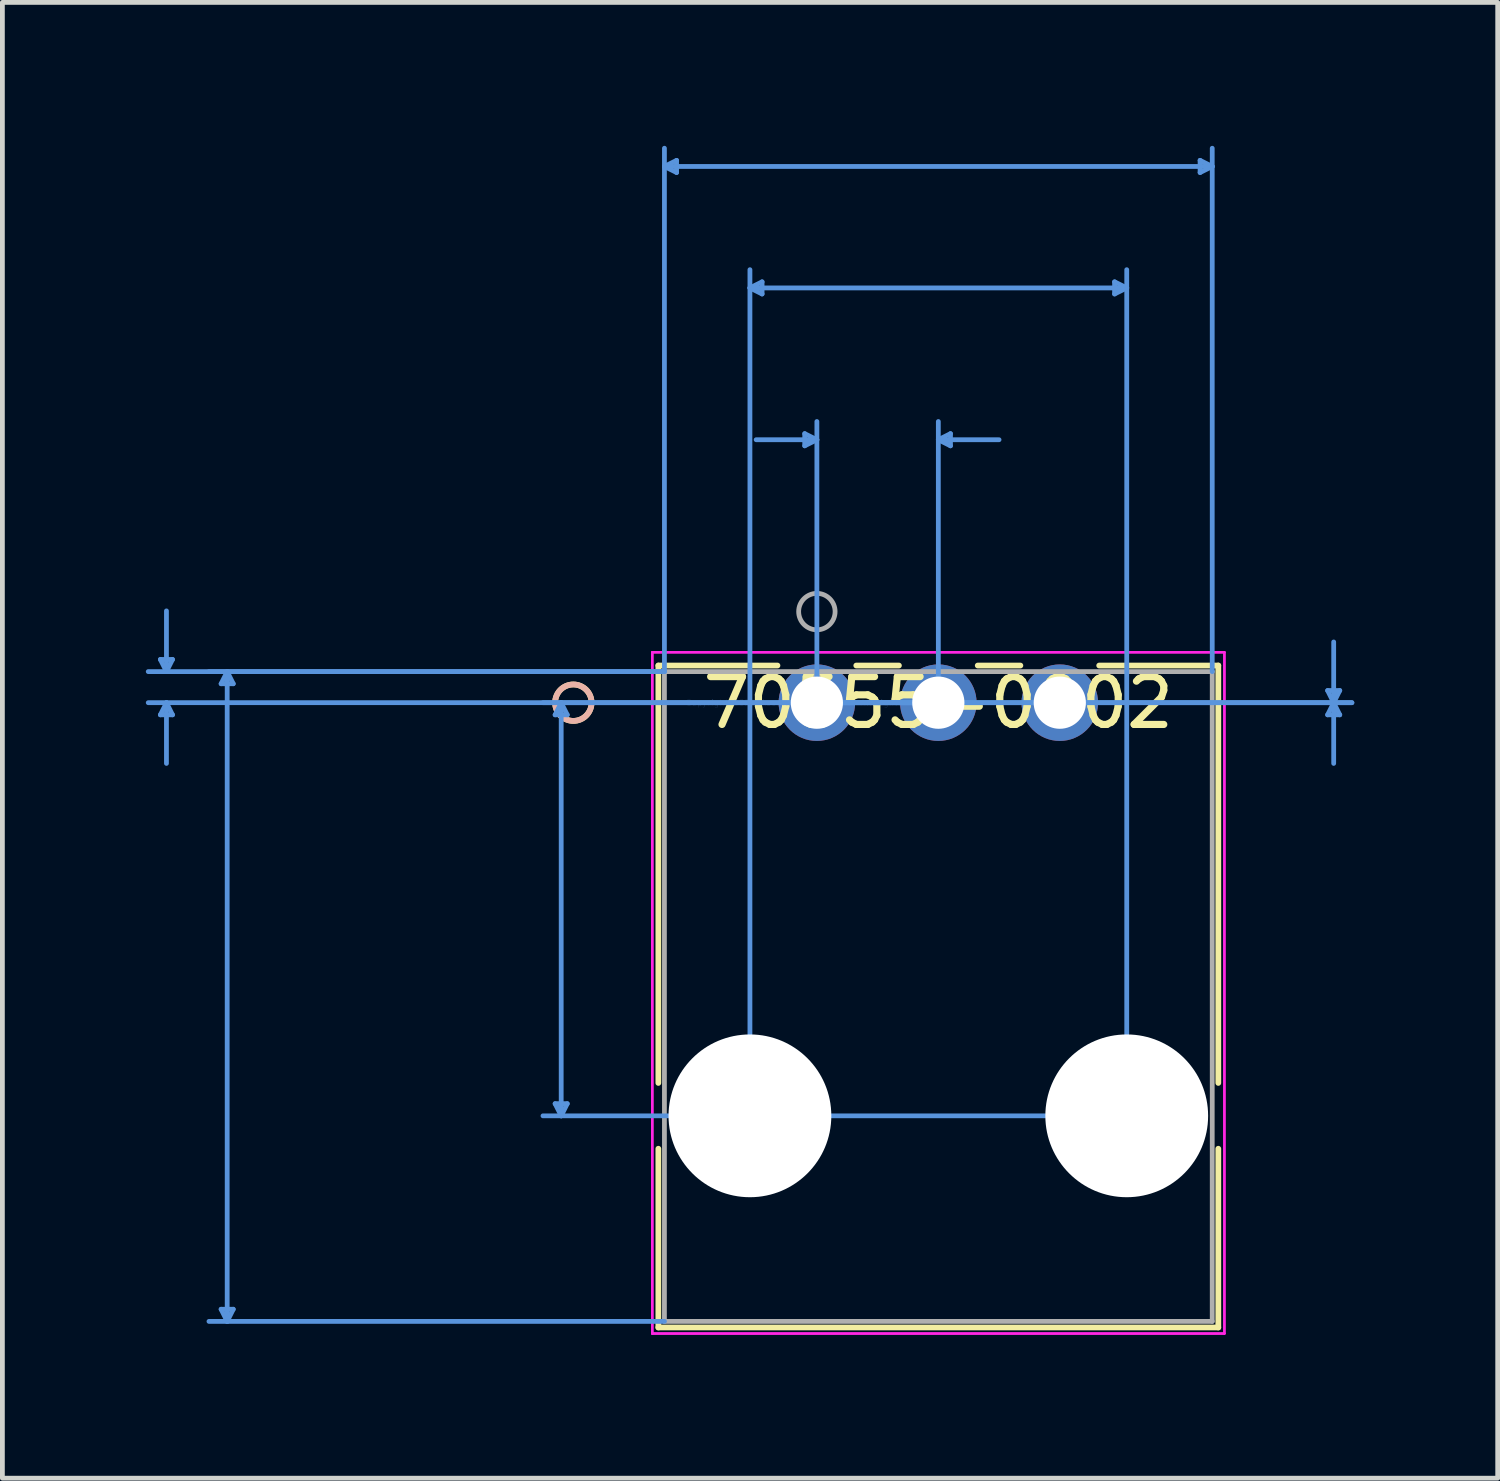
<source format=kicad_pcb>
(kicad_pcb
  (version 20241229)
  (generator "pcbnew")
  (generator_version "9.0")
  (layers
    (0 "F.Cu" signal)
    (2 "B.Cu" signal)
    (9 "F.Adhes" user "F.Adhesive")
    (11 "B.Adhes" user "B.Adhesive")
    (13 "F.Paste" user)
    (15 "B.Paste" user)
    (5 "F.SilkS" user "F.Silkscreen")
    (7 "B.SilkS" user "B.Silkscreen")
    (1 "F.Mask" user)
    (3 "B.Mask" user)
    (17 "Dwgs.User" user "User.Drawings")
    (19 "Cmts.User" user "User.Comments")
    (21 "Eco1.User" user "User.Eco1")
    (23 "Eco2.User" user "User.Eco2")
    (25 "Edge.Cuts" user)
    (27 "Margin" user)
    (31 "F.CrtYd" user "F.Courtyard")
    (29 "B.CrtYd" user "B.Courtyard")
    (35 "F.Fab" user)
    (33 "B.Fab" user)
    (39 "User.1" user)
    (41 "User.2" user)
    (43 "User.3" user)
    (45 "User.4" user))
  (footprint "70555-0002"
    (layer "F.Cu")
    (at 14.033 11.645)
    (property "Reference" "70555-0002" (at 2.54 0 0) (layer "F.SilkS") (effects (font (size 1 1) (thickness 0.15))))
    (attr through_hole)
    (fp_line (start -3.315 -0.777) (end -3.315 7.952) (stroke (width 0.12) (type solid)) (layer "F.SilkS"))
    (fp_line (start -3.315 9.328) (end -3.315 13.066) (stroke (width 0.12) (type solid)) (layer "F.SilkS"))
    (fp_line (start -3.315 13.066) (end 8.395 13.066) (stroke (width 0.12) (type solid)) (layer "F.SilkS"))
    (fp_line (start -0.824 -0.777) (end -3.315 -0.777) (stroke (width 0.12) (type solid)) (layer "F.SilkS"))
    (fp_line (start 1.716 -0.777) (end 0.824 -0.777) (stroke (width 0.12) (type solid)) (layer "F.SilkS"))
    (fp_line (start 4.256 -0.777) (end 3.364 -0.777) (stroke (width 0.12) (type solid)) (layer "F.SilkS"))
    (fp_line (start 8.395 -0.777) (end 5.904 -0.777) (stroke (width 0.12) (type solid)) (layer "F.SilkS"))
    (fp_line (start 8.395 7.952) (end 8.395 -0.777) (stroke (width 0.12) (type solid)) (layer "F.SilkS"))
    (fp_line (start 8.395 13.066) (end 8.395 9.328) (stroke (width 0.12) (type solid)) (layer "F.SilkS"))
    (fp_circle (center -5.093 0) (end -4.712 0) (stroke (width 0.12) (type solid)) (fill no) (layer "F.SilkS"))
    (fp_circle (center -5.093 0) (end -4.712 0) (stroke (width 0.12) (type solid)) (fill no) (layer "B.SilkS"))
    (fp_line (start -13.729 -0.904) (end -13.475 -0.904) (stroke (width 0.1) (type solid)) (layer "Cmts.User"))
    (fp_line (start -13.729 0.254) (end -13.475 0.254) (stroke (width 0.1) (type solid)) (layer "Cmts.User"))
    (fp_line (start -13.602 -0.65) (end -13.729 -0.904) (stroke (width 0.1) (type solid)) (layer "Cmts.User"))
    (fp_line (start -13.602 -0.65) (end -13.602 -1.92) (stroke (width 0.1) (type solid)) (layer "Cmts.User"))
    (fp_line (start -13.602 -0.65) (end -13.475 -0.904) (stroke (width 0.1) (type solid)) (layer "Cmts.User"))
    (fp_line (start -13.602 0) (end -13.729 0.254) (stroke (width 0.1) (type solid)) (layer "Cmts.User"))
    (fp_line (start -13.602 0) (end -13.602 1.27) (stroke (width 0.1) (type solid)) (layer "Cmts.User"))
    (fp_line (start -13.602 0) (end -13.475 0.254) (stroke (width 0.1) (type solid)) (layer "Cmts.User"))
    (fp_line (start -12.459 -0.396) (end -12.205 -0.396) (stroke (width 0.1) (type solid)) (layer "Cmts.User"))
    (fp_line (start -12.459 12.685) (end -12.205 12.685) (stroke (width 0.1) (type solid)) (layer "Cmts.User"))
    (fp_line (start -12.332 -0.65) (end -12.459 -0.396) (stroke (width 0.1) (type solid)) (layer "Cmts.User"))
    (fp_line (start -12.332 -0.65) (end -12.332 12.939) (stroke (width 0.1) (type solid)) (layer "Cmts.User"))
    (fp_line (start -12.332 -0.65) (end -12.205 -0.396) (stroke (width 0.1) (type solid)) (layer "Cmts.User"))
    (fp_line (start -12.332 12.939) (end -12.459 12.685) (stroke (width 0.1) (type solid)) (layer "Cmts.User"))
    (fp_line (start -12.332 12.939) (end -12.205 12.685) (stroke (width 0.1) (type solid)) (layer "Cmts.User"))
    (fp_line (start -5.474 0.254) (end -5.22 0.254) (stroke (width 0.1) (type solid)) (layer "Cmts.User"))
    (fp_line (start -5.474 8.386) (end -5.22 8.386) (stroke (width 0.1) (type solid)) (layer "Cmts.User"))
    (fp_line (start -5.347 0) (end -5.474 0.254) (stroke (width 0.1) (type solid)) (layer "Cmts.User"))
    (fp_line (start -5.347 0) (end -5.347 8.64) (stroke (width 0.1) (type solid)) (layer "Cmts.User"))
    (fp_line (start -5.347 0) (end -5.22 0.254) (stroke (width 0.1) (type solid)) (layer "Cmts.User"))
    (fp_line (start -5.347 8.64) (end -5.474 8.386) (stroke (width 0.1) (type solid)) (layer "Cmts.User"))
    (fp_line (start -5.347 8.64) (end -5.22 8.386) (stroke (width 0.1) (type solid)) (layer "Cmts.User"))
    (fp_line (start -3.188 -11.214) (end -2.934 -11.341) (stroke (width 0.1) (type solid)) (layer "Cmts.User"))
    (fp_line (start -3.188 -11.214) (end -2.934 -11.087) (stroke (width 0.1) (type solid)) (layer "Cmts.User"))
    (fp_line (start -3.188 -11.214) (end 8.268 -11.214) (stroke (width 0.1) (type solid)) (layer "Cmts.User"))
    (fp_line (start -3.188 -0.65) (end -13.983 -0.65) (stroke (width 0.1) (type solid)) (layer "Cmts.User"))
    (fp_line (start -3.188 -0.65) (end -12.713 -0.65) (stroke (width 0.1) (type solid)) (layer "Cmts.User"))
    (fp_line (start -3.188 -0.65) (end -3.188 -11.595) (stroke (width 0.1) (type solid)) (layer "Cmts.User"))
    (fp_line (start -3.188 12.939) (end -12.713 12.939) (stroke (width 0.1) (type solid)) (layer "Cmts.User"))
    (fp_line (start -2.934 -11.341) (end -2.934 -11.087) (stroke (width 0.1) (type solid)) (layer "Cmts.User"))
    (fp_line (start -1.4 -8.674) (end -1.146 -8.801) (stroke (width 0.1) (type solid)) (layer "Cmts.User"))
    (fp_line (start -1.4 -8.674) (end -1.146 -8.547) (stroke (width 0.1) (type solid)) (layer "Cmts.User"))
    (fp_line (start -1.4 -8.674) (end 6.48 -8.674) (stroke (width 0.1) (type solid)) (layer "Cmts.User"))
    (fp_line (start -1.4 8.64) (end -1.4 -9.055) (stroke (width 0.1) (type solid)) (layer "Cmts.User"))
    (fp_line (start -1.146 -8.801) (end -1.146 -8.547) (stroke (width 0.1) (type solid)) (layer "Cmts.User"))
    (fp_line (start -0.254 -5.626) (end -0.254 -5.372) (stroke (width 0.1) (type solid)) (layer "Cmts.User"))
    (fp_line (start 0 -5.499) (end -1.27 -5.499) (stroke (width 0.1) (type solid)) (layer "Cmts.User"))
    (fp_line (start 0 -5.499) (end -0.254 -5.626) (stroke (width 0.1) (type solid)) (layer "Cmts.User"))
    (fp_line (start 0 -5.499) (end -0.254 -5.372) (stroke (width 0.1) (type solid)) (layer "Cmts.User"))
    (fp_line (start 0 0) (end 0 -5.88) (stroke (width 0.1) (type solid)) (layer "Cmts.User"))
    (fp_line (start 0 0) (end 11.189 0) (stroke (width 0.1) (type solid)) (layer "Cmts.User"))
    (fp_line (start 0 0) (end 11.189 0) (stroke (width 0.1) (type solid)) (layer "Cmts.User"))
    (fp_line (start 2.54 -5.499) (end 2.794 -5.626) (stroke (width 0.1) (type solid)) (layer "Cmts.User"))
    (fp_line (start 2.54 -5.499) (end 2.794 -5.372) (stroke (width 0.1) (type solid)) (layer "Cmts.User"))
    (fp_line (start 2.54 -5.499) (end 3.81 -5.499) (stroke (width 0.1) (type solid)) (layer "Cmts.User"))
    (fp_line (start 2.54 0) (end -13.983 0) (stroke (width 0.1) (type solid)) (layer "Cmts.User"))
    (fp_line (start 2.54 0) (end -5.728 0) (stroke (width 0.1) (type solid)) (layer "Cmts.User"))
    (fp_line (start 2.54 0) (end 2.54 -5.88) (stroke (width 0.1) (type solid)) (layer "Cmts.User"))
    (fp_line (start 2.794 -5.626) (end 2.794 -5.372) (stroke (width 0.1) (type solid)) (layer "Cmts.User"))
    (fp_line (start 6.226 -8.801) (end 6.226 -8.547) (stroke (width 0.1) (type solid)) (layer "Cmts.User"))
    (fp_line (start 6.48 -8.674) (end 6.226 -8.801) (stroke (width 0.1) (type solid)) (layer "Cmts.User"))
    (fp_line (start 6.48 -8.674) (end 6.226 -8.547) (stroke (width 0.1) (type solid)) (layer "Cmts.User"))
    (fp_line (start 6.48 8.64) (end -5.728 8.64) (stroke (width 0.1) (type solid)) (layer "Cmts.User"))
    (fp_line (start 6.48 8.64) (end 6.48 -9.055) (stroke (width 0.1) (type solid)) (layer "Cmts.User"))
    (fp_line (start 8.014 -11.341) (end 8.014 -11.087) (stroke (width 0.1) (type solid)) (layer "Cmts.User"))
    (fp_line (start 8.268 -11.214) (end 8.014 -11.341) (stroke (width 0.1) (type solid)) (layer "Cmts.User"))
    (fp_line (start 8.268 -11.214) (end 8.014 -11.087) (stroke (width 0.1) (type solid)) (layer "Cmts.User"))
    (fp_line (start 8.268 -0.65) (end 8.268 -11.595) (stroke (width 0.1) (type solid)) (layer "Cmts.User"))
    (fp_line (start 10.681 -0.254) (end 10.935 -0.254) (stroke (width 0.1) (type solid)) (layer "Cmts.User"))
    (fp_line (start 10.681 0.254) (end 10.935 0.254) (stroke (width 0.1) (type solid)) (layer "Cmts.User"))
    (fp_line (start 10.808 0) (end 10.681 -0.254) (stroke (width 0.1) (type solid)) (layer "Cmts.User"))
    (fp_line (start 10.808 0) (end 10.681 0.254) (stroke (width 0.1) (type solid)) (layer "Cmts.User"))
    (fp_line (start 10.808 0) (end 10.808 -1.27) (stroke (width 0.1) (type solid)) (layer "Cmts.User"))
    (fp_line (start 10.808 0) (end 10.808 1.27) (stroke (width 0.1) (type solid)) (layer "Cmts.User"))
    (fp_line (start 10.808 0) (end 10.935 -0.254) (stroke (width 0.1) (type solid)) (layer "Cmts.User"))
    (fp_line (start 10.808 0) (end 10.935 0.254) (stroke (width 0.1) (type solid)) (layer "Cmts.User"))
    (fp_line (start -3.442 -1.054) (end -3.442 13.193) (stroke (width 0.05) (type solid)) (layer "F.CrtYd"))
    (fp_line (start -3.442 -1.054) (end -3.442 13.193) (stroke (width 0.05) (type solid)) (layer "F.CrtYd"))
    (fp_line (start -3.442 13.193) (end 8.522 13.193) (stroke (width 0.05) (type solid)) (layer "F.CrtYd"))
    (fp_line (start -3.442 13.193) (end 8.522 13.193) (stroke (width 0.05) (type solid)) (layer "F.CrtYd"))
    (fp_line (start 8.522 -1.054) (end -3.442 -1.054) (stroke (width 0.05) (type solid)) (layer "F.CrtYd"))
    (fp_line (start 8.522 -1.054) (end -3.442 -1.054) (stroke (width 0.05) (type solid)) (layer "F.CrtYd"))
    (fp_line (start 8.522 13.193) (end 8.522 -1.054) (stroke (width 0.05) (type solid)) (layer "F.CrtYd"))
    (fp_line (start 8.522 13.193) (end 8.522 -1.054) (stroke (width 0.05) (type solid)) (layer "F.CrtYd"))
    (fp_line (start -3.188 -0.65) (end -3.188 12.939) (stroke (width 0.1) (type solid)) (layer "F.Fab"))
    (fp_line (start -3.188 12.939) (end 8.268 12.939) (stroke (width 0.1) (type solid)) (layer "F.Fab"))
    (fp_line (start 8.268 -0.65) (end -3.188 -0.65) (stroke (width 0.1) (type solid)) (layer "F.Fab"))
    (fp_line (start 8.268 12.939) (end 8.268 -0.65) (stroke (width 0.1) (type solid)) (layer "F.Fab"))
    (fp_circle (center 0 -1.905) (end 0.381 -1.905) (stroke (width 0.1) (type solid)) (fill no) (layer "F.Fab"))
    (fp_text user "*" (at 0 0 0) (layer "F.SilkS") (effects (font (size 1 1) (thickness 0.15))))
    (fp_text user "Copyright 2021 Accelerated Designs. All rights reserved." (at 0 0 0) (layer "Cmts.User") (effects (font (size 0.127 0.127) (thickness 0.002))))
    (fp_text user "*" (at 0 0 0) (layer "F.Fab") (effects (font (size 1 1) (thickness 0.15))))
    (pad "" np_thru_hole circle (at -1.4 8.64) (size 3.404 3.404) (drill 3.404) (layers "*.Cu" "*.Mask"))
    (pad "" np_thru_hole circle (at 6.48 8.64) (size 3.404 3.404) (drill 3.404) (layers "*.Cu" "*.Mask"))
    (pad "1" thru_hole circle (at 0 0) (size 1.6 1.6) (drill 1.092) (layers "*.Cu" "*.Mask"))
    (pad "2" thru_hole circle (at 2.54 0) (size 1.6 1.6) (drill 1.092) (layers "*.Cu" "*.Mask"))
    (pad "3" thru_hole circle (at 5.08 0) (size 1.6 1.6) (drill 1.092) (layers "*.Cu" "*.Mask")))
  (gr_rect
    (start -3 -3)
    (end 28.271 27.863)
    (stroke (width 0.1) (type default))
    (fill no)
    (layer "Edge.Cuts")))
</source>
